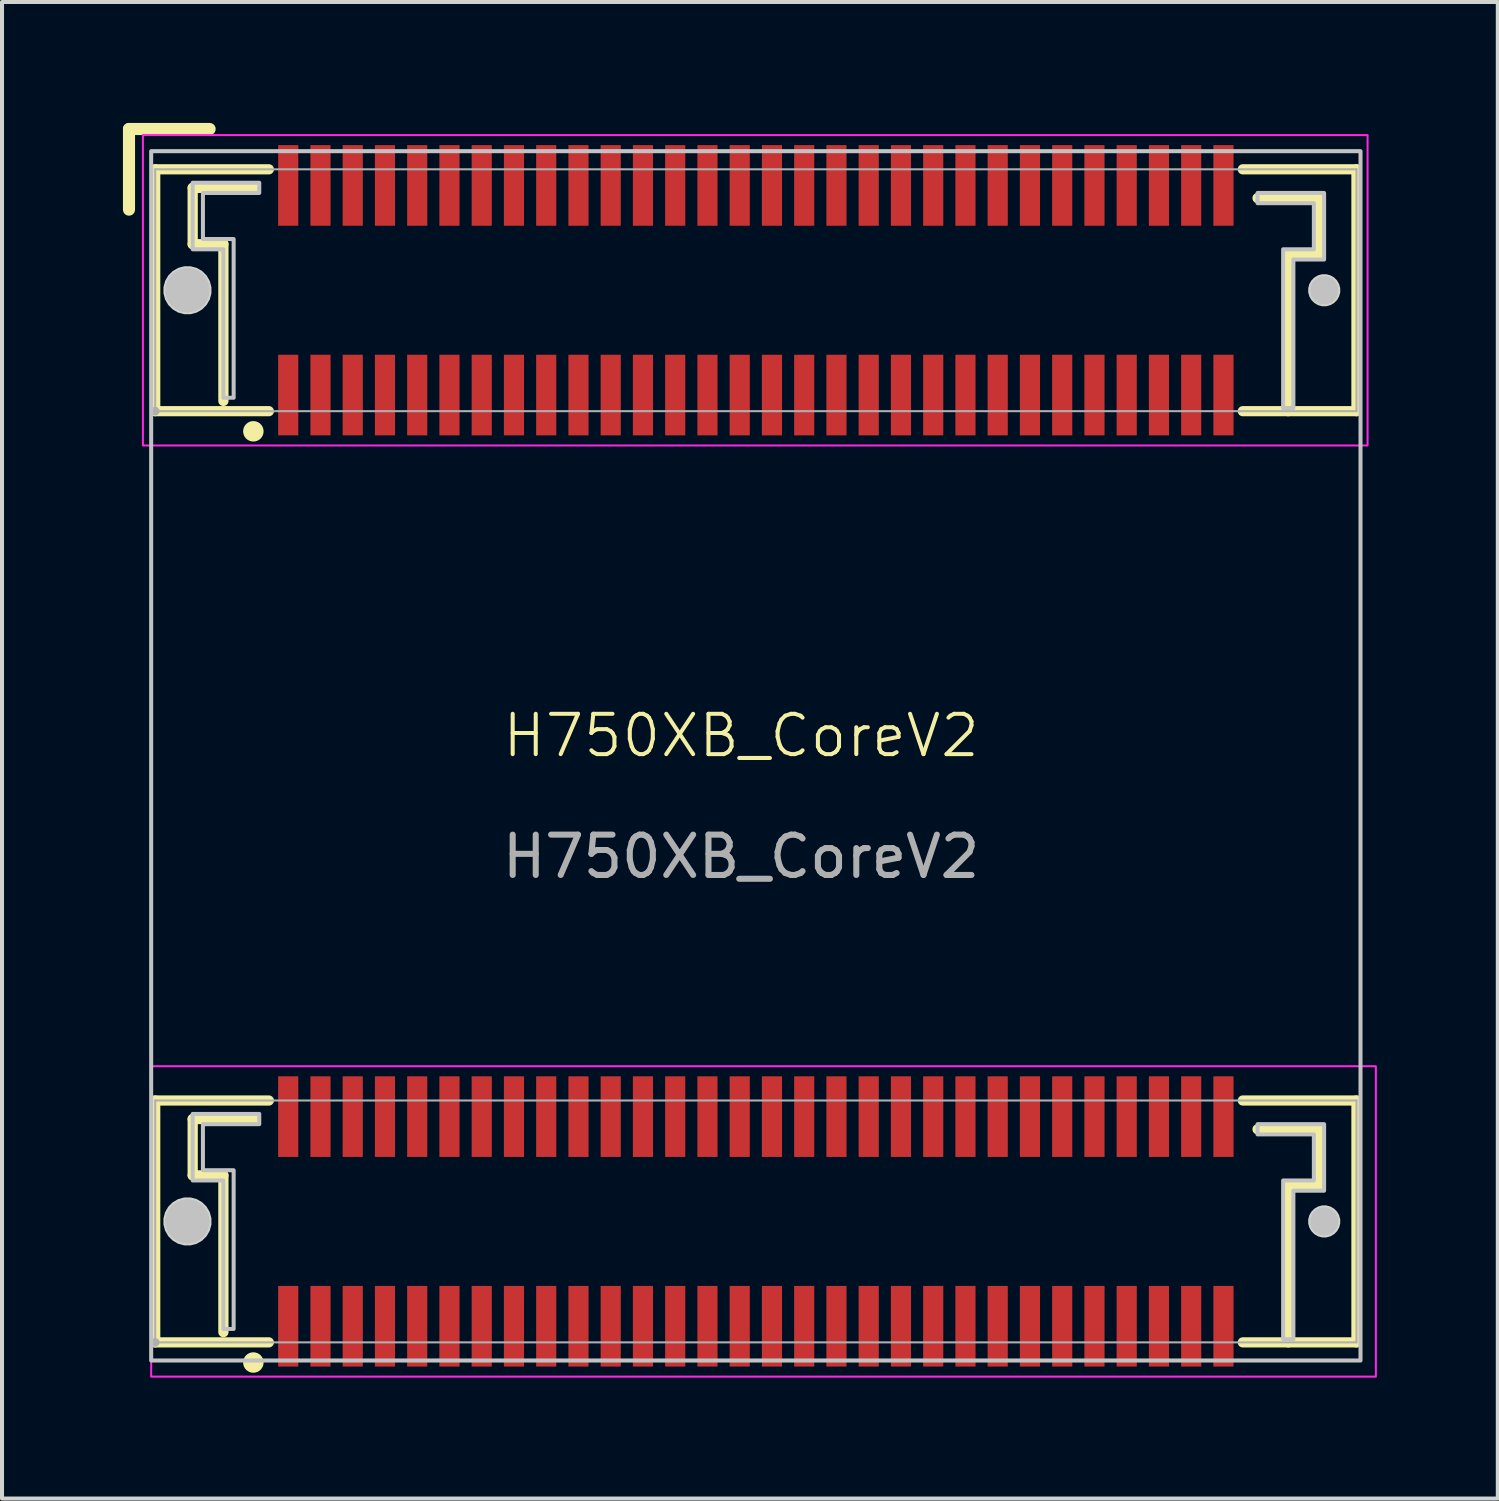
<source format=kicad_pcb>
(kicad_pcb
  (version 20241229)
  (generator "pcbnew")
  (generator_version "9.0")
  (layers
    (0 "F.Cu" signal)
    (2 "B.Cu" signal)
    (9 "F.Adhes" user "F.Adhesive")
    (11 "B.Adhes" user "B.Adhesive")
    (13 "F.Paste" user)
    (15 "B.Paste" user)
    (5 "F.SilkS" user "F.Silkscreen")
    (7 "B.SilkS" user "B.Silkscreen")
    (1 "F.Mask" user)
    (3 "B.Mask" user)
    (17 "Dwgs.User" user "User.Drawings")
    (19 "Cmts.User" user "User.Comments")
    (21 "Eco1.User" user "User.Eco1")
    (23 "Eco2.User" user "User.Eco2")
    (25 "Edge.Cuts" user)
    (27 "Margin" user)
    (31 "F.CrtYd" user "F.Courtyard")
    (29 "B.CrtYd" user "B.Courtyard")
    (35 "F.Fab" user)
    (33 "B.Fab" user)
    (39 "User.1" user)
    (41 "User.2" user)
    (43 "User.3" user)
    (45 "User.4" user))
  (footprint "H750XB_CoreV2"
    (layer "F.Cu")
    (at 15.7 15.7)
    (property "Reference" "H750XB_CoreV2" (at -0.365 -0.5 0) (unlocked yes) (layer "F.SilkS") (effects (font (size 1 1) (thickness 0.1))))
    (attr smd)
    (fp_line (start -15.55 -15.55) (end -13.55 -15.55) (stroke (width 0.3) (type default)) (layer "F.SilkS"))
    (fp_line (start -15.55 -13.55) (end -15.55 -15.55) (stroke (width 0.3) (type default)) (layer "F.SilkS"))
    (fp_line (start -14.9 -14.55) (end -14.9 -8.55) (stroke (width 0.254) (type default)) (layer "F.SilkS"))
    (fp_line (start -14.9 -14.55) (end -12.081 -14.55) (stroke (width 0.254) (type default)) (layer "F.SilkS"))
    (fp_line (start -14.9 8.55) (end -14.9 14.55) (stroke (width 0.254) (type default)) (layer "F.SilkS"))
    (fp_line (start -14.9 8.55) (end -12.081 8.55) (stroke (width 0.254) (type default)) (layer "F.SilkS"))
    (fp_line (start -13.97 -14.09) (end -13.97 -12.693) (stroke (width 0.254) (type default)) (layer "F.SilkS"))
    (fp_line (start -13.97 -12.693) (end -13.208 -12.693) (stroke (width 0.254) (type default)) (layer "F.SilkS"))
    (fp_line (start -13.97 9.01) (end -13.97 10.407) (stroke (width 0.254) (type default)) (layer "F.SilkS"))
    (fp_line (start -13.97 10.407) (end -13.208 10.407) (stroke (width 0.254) (type default)) (layer "F.SilkS"))
    (fp_line (start -13.208 -12.693) (end -13.208 -8.804) (stroke (width 0.254) (type default)) (layer "F.SilkS"))
    (fp_line (start -13.208 10.407) (end -13.208 14.296) (stroke (width 0.254) (type default)) (layer "F.SilkS"))
    (fp_line (start -12.446 -14.09) (end -13.97 -14.09) (stroke (width 0.254) (type default)) (layer "F.SilkS"))
    (fp_line (start -12.446 9.01) (end -13.97 9.01) (stroke (width 0.254) (type default)) (layer "F.SilkS"))
    (fp_line (start -12.081 -8.55) (end -14.9 -8.55) (stroke (width 0.254) (type default)) (layer "F.SilkS"))
    (fp_line (start -12.081 14.55) (end -14.9 14.55) (stroke (width 0.254) (type default)) (layer "F.SilkS"))
    (fp_line (start 12.081 -14.55) (end 14.9 -14.55) (stroke (width 0.254) (type default)) (layer "F.SilkS"))
    (fp_line (start 12.081 8.55) (end 14.9 8.55) (stroke (width 0.254) (type default)) (layer "F.SilkS"))
    (fp_line (start 12.446 -13.836) (end 13.97 -13.836) (stroke (width 0.254) (type default)) (layer "F.SilkS"))
    (fp_line (start 12.446 9.264) (end 13.97 9.264) (stroke (width 0.254) (type default)) (layer "F.SilkS"))
    (fp_line (start 13.208 -12.439) (end 13.208 -8.55) (stroke (width 0.254) (type default)) (layer "F.SilkS"))
    (fp_line (start 13.208 10.661) (end 13.208 14.55) (stroke (width 0.254) (type default)) (layer "F.SilkS"))
    (fp_line (start 13.97 -13.836) (end 13.97 -12.439) (stroke (width 0.254) (type default)) (layer "F.SilkS"))
    (fp_line (start 13.97 -12.439) (end 13.208 -12.439) (stroke (width 0.254) (type default)) (layer "F.SilkS"))
    (fp_line (start 13.97 9.264) (end 13.97 10.661) (stroke (width 0.254) (type default)) (layer "F.SilkS"))
    (fp_line (start 13.97 10.661) (end 13.208 10.661) (stroke (width 0.254) (type default)) (layer "F.SilkS"))
    (fp_line (start 14.9 -14.55) (end 14.9 -8.55) (stroke (width 0.254) (type default)) (layer "F.SilkS"))
    (fp_line (start 14.9 -8.55) (end 12.081 -8.55) (stroke (width 0.254) (type default)) (layer "F.SilkS"))
    (fp_line (start 14.9 8.55) (end 14.9 14.55) (stroke (width 0.254) (type default)) (layer "F.SilkS"))
    (fp_line (start 14.9 14.55) (end 12.081 14.55) (stroke (width 0.254) (type default)) (layer "F.SilkS"))
    (fp_circle (center -12.465 -8.05) (end -12.338 -8.05) (stroke (width 0.254) (type default)) (fill no) (layer "F.SilkS"))
    (fp_circle (center -12.465 15.05) (end -12.338 15.05) (stroke (width 0.254) (type default)) (fill no) (layer "F.SilkS"))
    (fp_rect (start -15 -15) (end 15 15) (stroke (width 0.1) (type default)) (fill no) (layer "Dwgs.User"))
    (fp_circle (center -14.1 -11.55) (end -13.825 -11.55) (stroke (width 0.55) (type default)) (fill no) (layer "Dwgs.User"))
    (fp_circle (center -14.1 11.55) (end -13.825 11.55) (stroke (width 0.55) (type default)) (fill no) (layer "Dwgs.User"))
    (fp_circle (center 14.1 -11.55) (end 14.275 -11.55) (stroke (width 0.35) (type default)) (fill no) (layer "Dwgs.User"))
    (fp_circle (center 14.1 11.55) (end 14.275 11.55) (stroke (width 0.35) (type default)) (fill no) (layer "Dwgs.User"))
    (fp_poly (pts (xy -12.319 -13.963) (xy -13.716 -13.963) (xy -13.716 -12.82) (xy -12.954 -12.82) (xy -12.954 -8.883) (xy -13.208 -8.883) (xy -13.208 -12.566) (xy -13.97 -12.566) (xy -13.97 -14.217) (xy -12.319 -14.217)) (stroke (width 0.1) (type default)) (fill no) (layer "Dwgs.User"))
    (fp_poly (pts (xy -12.319 9.137) (xy -13.716 9.137) (xy -13.716 10.28) (xy -12.954 10.28) (xy -12.954 14.217) (xy -13.208 14.217) (xy -13.208 10.534) (xy -13.97 10.534) (xy -13.97 8.883) (xy -12.319 8.883)) (stroke (width 0.1) (type default)) (fill no) (layer "Dwgs.User"))
    (fp_poly (pts (xy 12.446 -13.709) (xy 13.843 -13.709) (xy 13.843 -12.566) (xy 13.081 -12.566) (xy 13.081 -8.629) (xy 13.335 -8.629) (xy 13.335 -12.312) (xy 14.097 -12.312) (xy 14.097 -13.963) (xy 12.446 -13.963)) (stroke (width 0.1) (type default)) (fill no) (layer "Dwgs.User"))
    (fp_poly (pts (xy 12.446 9.391) (xy 13.843 9.391) (xy 13.843 10.534) (xy 13.081 10.534) (xy 13.081 14.471) (xy 13.335 14.471) (xy 13.335 10.788) (xy 14.097 10.788) (xy 14.097 9.137) (xy 12.446 9.137)) (stroke (width 0.1) (type default)) (fill no) (layer "Dwgs.User"))
    (fp_poly (pts (xy -13.505 -11.628) (xy -13.546 -11.78) (xy -13.624 -11.915) (xy -13.735 -12.026) (xy -13.87 -12.104) (xy -14.022 -12.145) (xy -14.178 -12.145) (xy -14.33 -12.104) (xy -14.465 -12.026) (xy -14.576 -11.915) (xy -14.654 -11.78) (xy -14.695 -11.628) (xy -14.695 -11.472) (xy -14.654 -11.32) (xy -14.576 -11.185) (xy -14.465 -11.074) (xy -14.33 -10.996) (xy -14.178 -10.955) (xy -14.022 -10.955) (xy -13.87 -10.996) (xy -13.735 -11.074) (xy -13.624 -11.185) (xy -13.546 -11.32) (xy -13.505 -11.472)) (stroke (width 0) (type default)) (fill yes) (layer "Edge.Cuts"))
    (fp_poly (pts (xy -13.505 11.472) (xy -13.546 11.32) (xy -13.624 11.185) (xy -13.735 11.074) (xy -13.87 10.996) (xy -14.022 10.955) (xy -14.178 10.955) (xy -14.33 10.996) (xy -14.465 11.074) (xy -14.576 11.185) (xy -14.654 11.32) (xy -14.695 11.472) (xy -14.695 11.628) (xy -14.654 11.78) (xy -14.576 11.915) (xy -14.465 12.026) (xy -14.33 12.104) (xy -14.178 12.145) (xy -14.022 12.145) (xy -13.87 12.104) (xy -13.735 12.026) (xy -13.624 11.915) (xy -13.546 11.78) (xy -13.505 11.628)) (stroke (width 0) (type default)) (fill yes) (layer "Edge.Cuts"))
    (fp_poly (pts (xy 14.497 -11.602) (xy 14.47 -11.703) (xy 14.417 -11.794) (xy 14.344 -11.867) (xy 14.253 -11.92) (xy 14.152 -11.947) (xy 14.048 -11.947) (xy 13.947 -11.92) (xy 13.856 -11.867) (xy 13.783 -11.794) (xy 13.73 -11.703) (xy 13.703 -11.602) (xy 13.703 -11.498) (xy 13.73 -11.397) (xy 13.783 -11.306) (xy 13.856 -11.233) (xy 13.947 -11.18) (xy 14.048 -11.153) (xy 14.152 -11.153) (xy 14.253 -11.18) (xy 14.344 -11.233) (xy 14.417 -11.306) (xy 14.47 -11.397) (xy 14.497 -11.498)) (stroke (width 0) (type default)) (fill yes) (layer "Edge.Cuts"))
    (fp_poly (pts (xy 14.497 11.498) (xy 14.47 11.397) (xy 14.417 11.306) (xy 14.344 11.233) (xy 14.253 11.18) (xy 14.152 11.153) (xy 14.048 11.153) (xy 13.947 11.18) (xy 13.856 11.233) (xy 13.783 11.306) (xy 13.73 11.397) (xy 13.703 11.498) (xy 13.703 11.602) (xy 13.73 11.703) (xy 13.783 11.794) (xy 13.856 11.867) (xy 13.947 11.92) (xy 14.048 11.947) (xy 14.152 11.947) (xy 14.253 11.92) (xy 14.344 11.867) (xy 14.417 11.794) (xy 14.47 11.703) (xy 14.497 11.602)) (stroke (width 0) (type default)) (fill yes) (layer "Edge.Cuts"))
    (fp_rect (start -15.205 -15.4) (end 15.175 -7.7) (stroke (width 0.05) (type default)) (fill no) (layer "F.CrtYd"))
    (fp_rect (start -15 7.7) (end 15.381 15.4) (stroke (width 0.05) (type default)) (fill no) (layer "F.CrtYd"))
    (fp_line (start -14.9 -14.55) (end 14.9 -14.55) (stroke (width 0.051) (type default)) (layer "F.Fab"))
    (fp_line (start -14.9 -8.55) (end -14.9 -14.55) (stroke (width 0.051) (type default)) (layer "F.Fab"))
    (fp_line (start -14.9 8.55) (end 14.9 8.55) (stroke (width 0.051) (type default)) (layer "F.Fab"))
    (fp_line (start -14.9 14.55) (end -14.9 8.55) (stroke (width 0.051) (type default)) (layer "F.Fab"))
    (fp_line (start 14.9 -14.55) (end 14.9 -8.55) (stroke (width 0.051) (type default)) (layer "F.Fab"))
    (fp_line (start 14.9 -8.55) (end -14.9 -8.55) (stroke (width 0.051) (type default)) (layer "F.Fab"))
    (fp_line (start 14.9 8.55) (end 14.9 14.55) (stroke (width 0.051) (type default)) (layer "F.Fab"))
    (fp_line (start 14.9 14.55) (end -14.9 14.55) (stroke (width 0.051) (type default)) (layer "F.Fab"))
    (fp_poly (pts (xy -14.845 -8.573) (xy -14.877 -8.605) (xy -14.923 -8.605) (xy -14.955 -8.573) (xy -14.955 -8.527) (xy -14.923 -8.495) (xy -14.877 -8.495) (xy -14.845 -8.527)) (stroke (width 0.1) (type default)) (fill no) (layer "F.Fab"))
    (fp_poly (pts (xy -14.845 14.527) (xy -14.877 14.495) (xy -14.923 14.495) (xy -14.955 14.527) (xy -14.955 14.573) (xy -14.923 14.605) (xy -14.877 14.605) (xy -14.845 14.573)) (stroke (width 0.1) (type default)) (fill no) (layer "F.Fab"))
    (fp_text user "${REFERENCE}" (at -0.365 2.5 0) (unlocked yes) (layer "F.Fab") (effects (font (size 1 1) (thickness 0.15))))
    (pad "1" smd rect (at -11.6 -8.95) (size 0.5 2) (layers "F.Cu" "F.Mask" "F.Paste"))
    (pad "2" smd rect (at -11.6 -14.15) (size 0.5 2) (layers "F.Cu" "F.Mask" "F.Paste"))
    (pad "3" smd rect (at -10.8 -8.95) (size 0.5 2) (layers "F.Cu" "F.Mask" "F.Paste"))
    (pad "4" smd rect (at -10.8 -14.15) (size 0.5 2) (layers "F.Cu" "F.Mask" "F.Paste"))
    (pad "5" smd rect (at -10 -8.95) (size 0.5 2) (layers "F.Cu" "F.Mask" "F.Paste"))
    (pad "6" smd rect (at -10 -14.15) (size 0.5 2) (layers "F.Cu" "F.Mask" "F.Paste"))
    (pad "7" smd rect (at -9.2 -8.95) (size 0.5 2) (layers "F.Cu" "F.Mask" "F.Paste"))
    (pad "8" smd rect (at -9.2 -14.15) (size 0.5 2) (layers "F.Cu" "F.Mask" "F.Paste"))
    (pad "9" smd rect (at -8.4 -8.95) (size 0.5 2) (layers "F.Cu" "F.Mask" "F.Paste"))
    (pad "10" smd rect (at -8.4 -14.15) (size 0.5 2) (layers "F.Cu" "F.Mask" "F.Paste"))
    (pad "11" smd rect (at -7.6 -8.95) (size 0.5 2) (layers "F.Cu" "F.Mask" "F.Paste"))
    (pad "12" smd rect (at -7.6 -14.15) (size 0.5 2) (layers "F.Cu" "F.Mask" "F.Paste"))
    (pad "13" smd rect (at -6.8 -8.95) (size 0.5 2) (layers "F.Cu" "F.Mask" "F.Paste"))
    (pad "14" smd rect (at -6.8 -14.15) (size 0.5 2) (layers "F.Cu" "F.Mask" "F.Paste"))
    (pad "15" smd rect (at -6 -8.95) (size 0.5 2) (layers "F.Cu" "F.Mask" "F.Paste"))
    (pad "16" smd rect (at -6 -14.15) (size 0.5 2) (layers "F.Cu" "F.Mask" "F.Paste"))
    (pad "17" smd rect (at -5.2 -8.95) (size 0.5 2) (layers "F.Cu" "F.Mask" "F.Paste"))
    (pad "18" smd rect (at -5.2 -14.15) (size 0.5 2) (layers "F.Cu" "F.Mask" "F.Paste"))
    (pad "19" smd rect (at -4.4 -8.95) (size 0.5 2) (layers "F.Cu" "F.Mask" "F.Paste"))
    (pad "20" smd rect (at -4.4 -14.15) (size 0.5 2) (layers "F.Cu" "F.Mask" "F.Paste"))
    (pad "21" smd rect (at -3.6 -8.95) (size 0.5 2) (layers "F.Cu" "F.Mask" "F.Paste"))
    (pad "22" smd rect (at -3.6 -14.15) (size 0.5 2) (layers "F.Cu" "F.Mask" "F.Paste"))
    (pad "23" smd rect (at -2.8 -8.95) (size 0.5 2) (layers "F.Cu" "F.Mask" "F.Paste"))
    (pad "24" smd rect (at -2.8 -14.15) (size 0.5 2) (layers "F.Cu" "F.Mask" "F.Paste"))
    (pad "25" smd rect (at -2 -8.95) (size 0.5 2) (layers "F.Cu" "F.Mask" "F.Paste"))
    (pad "26" smd rect (at -2 -14.15) (size 0.5 2) (layers "F.Cu" "F.Mask" "F.Paste"))
    (pad "27" smd rect (at -1.2 -8.95) (size 0.5 2) (layers "F.Cu" "F.Mask" "F.Paste"))
    (pad "28" smd rect (at -1.2 -14.15) (size 0.5 2) (layers "F.Cu" "F.Mask" "F.Paste"))
    (pad "29" smd rect (at -0.4 -8.95) (size 0.5 2) (layers "F.Cu" "F.Mask" "F.Paste"))
    (pad "30" smd rect (at -0.4 -14.15) (size 0.5 2) (layers "F.Cu" "F.Mask" "F.Paste"))
    (pad "31" smd rect (at 0.4 -8.95) (size 0.5 2) (layers "F.Cu" "F.Mask" "F.Paste"))
    (pad "32" smd rect (at 0.4 -14.15) (size 0.5 2) (layers "F.Cu" "F.Mask" "F.Paste"))
    (pad "33" smd rect (at 1.2 -8.95) (size 0.5 2) (layers "F.Cu" "F.Mask" "F.Paste"))
    (pad "34" smd rect (at 1.2 -14.15) (size 0.5 2) (layers "F.Cu" "F.Mask" "F.Paste"))
    (pad "35" smd rect (at 2 -8.95) (size 0.5 2) (layers "F.Cu" "F.Mask" "F.Paste"))
    (pad "36" smd rect (at 2 -14.15) (size 0.5 2) (layers "F.Cu" "F.Mask" "F.Paste"))
    (pad "37" smd rect (at 2.8 -8.95) (size 0.5 2) (layers "F.Cu" "F.Mask" "F.Paste"))
    (pad "38" smd rect (at 2.8 -14.15) (size 0.5 2) (layers "F.Cu" "F.Mask" "F.Paste"))
    (pad "39" smd rect (at 3.6 -8.95) (size 0.5 2) (layers "F.Cu" "F.Mask" "F.Paste"))
    (pad "40" smd rect (at 3.6 -14.15) (size 0.5 2) (layers "F.Cu" "F.Mask" "F.Paste"))
    (pad "41" smd rect (at 4.4 -8.95) (size 0.5 2) (layers "F.Cu" "F.Mask" "F.Paste"))
    (pad "42" smd rect (at 4.4 -14.15) (size 0.5 2) (layers "F.Cu" "F.Mask" "F.Paste"))
    (pad "43" smd rect (at 5.2 -8.95) (size 0.5 2) (layers "F.Cu" "F.Mask" "F.Paste"))
    (pad "44" smd rect (at 5.2 -14.15) (size 0.5 2) (layers "F.Cu" "F.Mask" "F.Paste"))
    (pad "45" smd rect (at 6 -8.95) (size 0.5 2) (layers "F.Cu" "F.Mask" "F.Paste"))
    (pad "46" smd rect (at 6 -14.15) (size 0.5 2) (layers "F.Cu" "F.Mask" "F.Paste"))
    (pad "47" smd rect (at 6.8 -8.95) (size 0.5 2) (layers "F.Cu" "F.Mask" "F.Paste"))
    (pad "48" smd rect (at 6.8 -14.15) (size 0.5 2) (layers "F.Cu" "F.Mask" "F.Paste"))
    (pad "49" smd rect (at 7.6 -8.95) (size 0.5 2) (layers "F.Cu" "F.Mask" "F.Paste"))
    (pad "50" smd rect (at 7.6 -14.15) (size 0.5 2) (layers "F.Cu" "F.Mask" "F.Paste"))
    (pad "51" smd rect (at 8.4 -8.95) (size 0.5 2) (layers "F.Cu" "F.Mask" "F.Paste"))
    (pad "52" smd rect (at 8.4 -14.15) (size 0.5 2) (layers "F.Cu" "F.Mask" "F.Paste"))
    (pad "53" smd rect (at 9.2 -8.95) (size 0.5 2) (layers "F.Cu" "F.Mask" "F.Paste"))
    (pad "54" smd rect (at 9.2 -14.15) (size 0.5 2) (layers "F.Cu" "F.Mask" "F.Paste"))
    (pad "55" smd rect (at 10 -8.95) (size 0.5 2) (layers "F.Cu" "F.Mask" "F.Paste"))
    (pad "56" smd rect (at 10 -14.15) (size 0.5 2) (layers "F.Cu" "F.Mask" "F.Paste"))
    (pad "57" smd rect (at 10.8 -8.95) (size 0.5 2) (layers "F.Cu" "F.Mask" "F.Paste"))
    (pad "58" smd rect (at 10.8 -14.15) (size 0.5 2) (layers "F.Cu" "F.Mask" "F.Paste"))
    (pad "59" smd rect (at 11.6 -8.95) (size 0.5 2) (layers "F.Cu" "F.Mask" "F.Paste"))
    (pad "60" smd rect (at 11.6 -14.15) (size 0.5 2) (layers "F.Cu" "F.Mask" "F.Paste"))
    (pad "61" smd rect (at -11.6 14.15) (size 0.5 2) (layers "F.Cu" "F.Mask" "F.Paste"))
    (pad "62" smd rect (at -11.6 8.95) (size 0.5 2) (layers "F.Cu" "F.Mask" "F.Paste"))
    (pad "63" smd rect (at -10.8 14.15) (size 0.5 2) (layers "F.Cu" "F.Mask" "F.Paste"))
    (pad "64" smd rect (at -10.8 8.95) (size 0.5 2) (layers "F.Cu" "F.Mask" "F.Paste"))
    (pad "65" smd rect (at -10 14.15) (size 0.5 2) (layers "F.Cu" "F.Mask" "F.Paste"))
    (pad "66" smd rect (at -10 8.95) (size 0.5 2) (layers "F.Cu" "F.Mask" "F.Paste"))
    (pad "67" smd rect (at -9.2 14.15) (size 0.5 2) (layers "F.Cu" "F.Mask" "F.Paste"))
    (pad "68" smd rect (at -9.2 8.95) (size 0.5 2) (layers "F.Cu" "F.Mask" "F.Paste"))
    (pad "69" smd rect (at -8.4 14.15) (size 0.5 2) (layers "F.Cu" "F.Mask" "F.Paste"))
    (pad "70" smd rect (at -8.4 8.95) (size 0.5 2) (layers "F.Cu" "F.Mask" "F.Paste"))
    (pad "71" smd rect (at -7.6 14.15) (size 0.5 2) (layers "F.Cu" "F.Mask" "F.Paste"))
    (pad "72" smd rect (at -7.6 8.95) (size 0.5 2) (layers "F.Cu" "F.Mask" "F.Paste"))
    (pad "73" smd rect (at -6.8 14.15) (size 0.5 2) (layers "F.Cu" "F.Mask" "F.Paste"))
    (pad "74" smd rect (at -6.8 8.95) (size 0.5 2) (layers "F.Cu" "F.Mask" "F.Paste"))
    (pad "75" smd rect (at -6 14.15) (size 0.5 2) (layers "F.Cu" "F.Mask" "F.Paste"))
    (pad "76" smd rect (at -6 8.95) (size 0.5 2) (layers "F.Cu" "F.Mask" "F.Paste"))
    (pad "77" smd rect (at -5.2 14.15) (size 0.5 2) (layers "F.Cu" "F.Mask" "F.Paste"))
    (pad "78" smd rect (at -5.2 8.95) (size 0.5 2) (layers "F.Cu" "F.Mask" "F.Paste"))
    (pad "79" smd rect (at -4.4 14.15) (size 0.5 2) (layers "F.Cu" "F.Mask" "F.Paste"))
    (pad "80" smd rect (at -4.4 8.95) (size 0.5 2) (layers "F.Cu" "F.Mask" "F.Paste"))
    (pad "81" smd rect (at -3.6 14.15) (size 0.5 2) (layers "F.Cu" "F.Mask" "F.Paste"))
    (pad "82" smd rect (at -3.6 8.95) (size 0.5 2) (layers "F.Cu" "F.Mask" "F.Paste"))
    (pad "83" smd rect (at -2.8 14.15) (size 0.5 2) (layers "F.Cu" "F.Mask" "F.Paste"))
    (pad "84" smd rect (at -2.8 8.95) (size 0.5 2) (layers "F.Cu" "F.Mask" "F.Paste"))
    (pad "85" smd rect (at -2 14.15) (size 0.5 2) (layers "F.Cu" "F.Mask" "F.Paste"))
    (pad "86" smd rect (at -2 8.95) (size 0.5 2) (layers "F.Cu" "F.Mask" "F.Paste"))
    (pad "87" smd rect (at -1.2 14.15) (size 0.5 2) (layers "F.Cu" "F.Mask" "F.Paste"))
    (pad "88" smd rect (at -1.2 8.95) (size 0.5 2) (layers "F.Cu" "F.Mask" "F.Paste"))
    (pad "89" smd rect (at -0.4 14.15) (size 0.5 2) (layers "F.Cu" "F.Mask" "F.Paste"))
    (pad "90" smd rect (at -0.4 8.95) (size 0.5 2) (layers "F.Cu" "F.Mask" "F.Paste"))
    (pad "91" smd rect (at 0.4 14.15) (size 0.5 2) (layers "F.Cu" "F.Mask" "F.Paste"))
    (pad "92" smd rect (at 0.4 8.95) (size 0.5 2) (layers "F.Cu" "F.Mask" "F.Paste"))
    (pad "93" smd rect (at 1.2 14.15) (size 0.5 2) (layers "F.Cu" "F.Mask" "F.Paste"))
    (pad "94" smd rect (at 1.2 8.95) (size 0.5 2) (layers "F.Cu" "F.Mask" "F.Paste"))
    (pad "95" smd rect (at 2 14.15) (size 0.5 2) (layers "F.Cu" "F.Mask" "F.Paste"))
    (pad "96" smd rect (at 2 8.95) (size 0.5 2) (layers "F.Cu" "F.Mask" "F.Paste"))
    (pad "97" smd rect (at 2.8 14.15) (size 0.5 2) (layers "F.Cu" "F.Mask" "F.Paste"))
    (pad "98" smd rect (at 2.8 8.95) (size 0.5 2) (layers "F.Cu" "F.Mask" "F.Paste"))
    (pad "99" smd rect (at 3.6 14.15) (size 0.5 2) (layers "F.Cu" "F.Mask" "F.Paste"))
    (pad "100" smd rect (at 3.6 8.95) (size 0.5 2) (layers "F.Cu" "F.Mask" "F.Paste"))
    (pad "101" smd rect (at 4.4 14.15) (size 0.5 2) (layers "F.Cu" "F.Mask" "F.Paste"))
    (pad "102" smd rect (at 4.4 8.95) (size 0.5 2) (layers "F.Cu" "F.Mask" "F.Paste"))
    (pad "103" smd rect (at 5.2 14.15) (size 0.5 2) (layers "F.Cu" "F.Mask" "F.Paste"))
    (pad "104" smd rect (at 5.2 8.95) (size 0.5 2) (layers "F.Cu" "F.Mask" "F.Paste"))
    (pad "105" smd rect (at 6 14.15) (size 0.5 2) (layers "F.Cu" "F.Mask" "F.Paste"))
    (pad "106" smd rect (at 6 8.95) (size 0.5 2) (layers "F.Cu" "F.Mask" "F.Paste"))
    (pad "107" smd rect (at 6.8 14.15) (size 0.5 2) (layers "F.Cu" "F.Mask" "F.Paste"))
    (pad "108" smd rect (at 6.8 8.95) (size 0.5 2) (layers "F.Cu" "F.Mask" "F.Paste"))
    (pad "109" smd rect (at 7.6 14.15) (size 0.5 2) (layers "F.Cu" "F.Mask" "F.Paste"))
    (pad "110" smd rect (at 7.6 8.95) (size 0.5 2) (layers "F.Cu" "F.Mask" "F.Paste"))
    (pad "111" smd rect (at 8.4 14.15) (size 0.5 2) (layers "F.Cu" "F.Mask" "F.Paste"))
    (pad "112" smd rect (at 8.4 8.95) (size 0.5 2) (layers "F.Cu" "F.Mask" "F.Paste"))
    (pad "113" smd rect (at 9.2 14.15) (size 0.5 2) (layers "F.Cu" "F.Mask" "F.Paste"))
    (pad "114" smd rect (at 9.2 8.95) (size 0.5 2) (layers "F.Cu" "F.Mask" "F.Paste"))
    (pad "115" smd rect (at 10 14.15) (size 0.5 2) (layers "F.Cu" "F.Mask" "F.Paste"))
    (pad "116" smd rect (at 10 8.95) (size 0.5 2) (layers "F.Cu" "F.Mask" "F.Paste"))
    (pad "117" smd rect (at 10.8 14.15) (size 0.5 2) (layers "F.Cu" "F.Mask" "F.Paste"))
    (pad "118" smd rect (at 10.8 8.95) (size 0.5 2) (layers "F.Cu" "F.Mask" "F.Paste"))
    (pad "119" smd rect (at 11.6 14.15) (size 0.5 2) (layers "F.Cu" "F.Mask" "F.Paste"))
    (pad "120" smd rect (at 11.6 8.95) (size 0.5 2) (layers "F.Cu" "F.Mask" "F.Paste")))
  (gr_rect
    (start -3 -3)
    (end 34.106 34.125)
    (stroke (width 0.1) (type default))
    (fill no)
    (layer "Edge.Cuts")))
</source>
